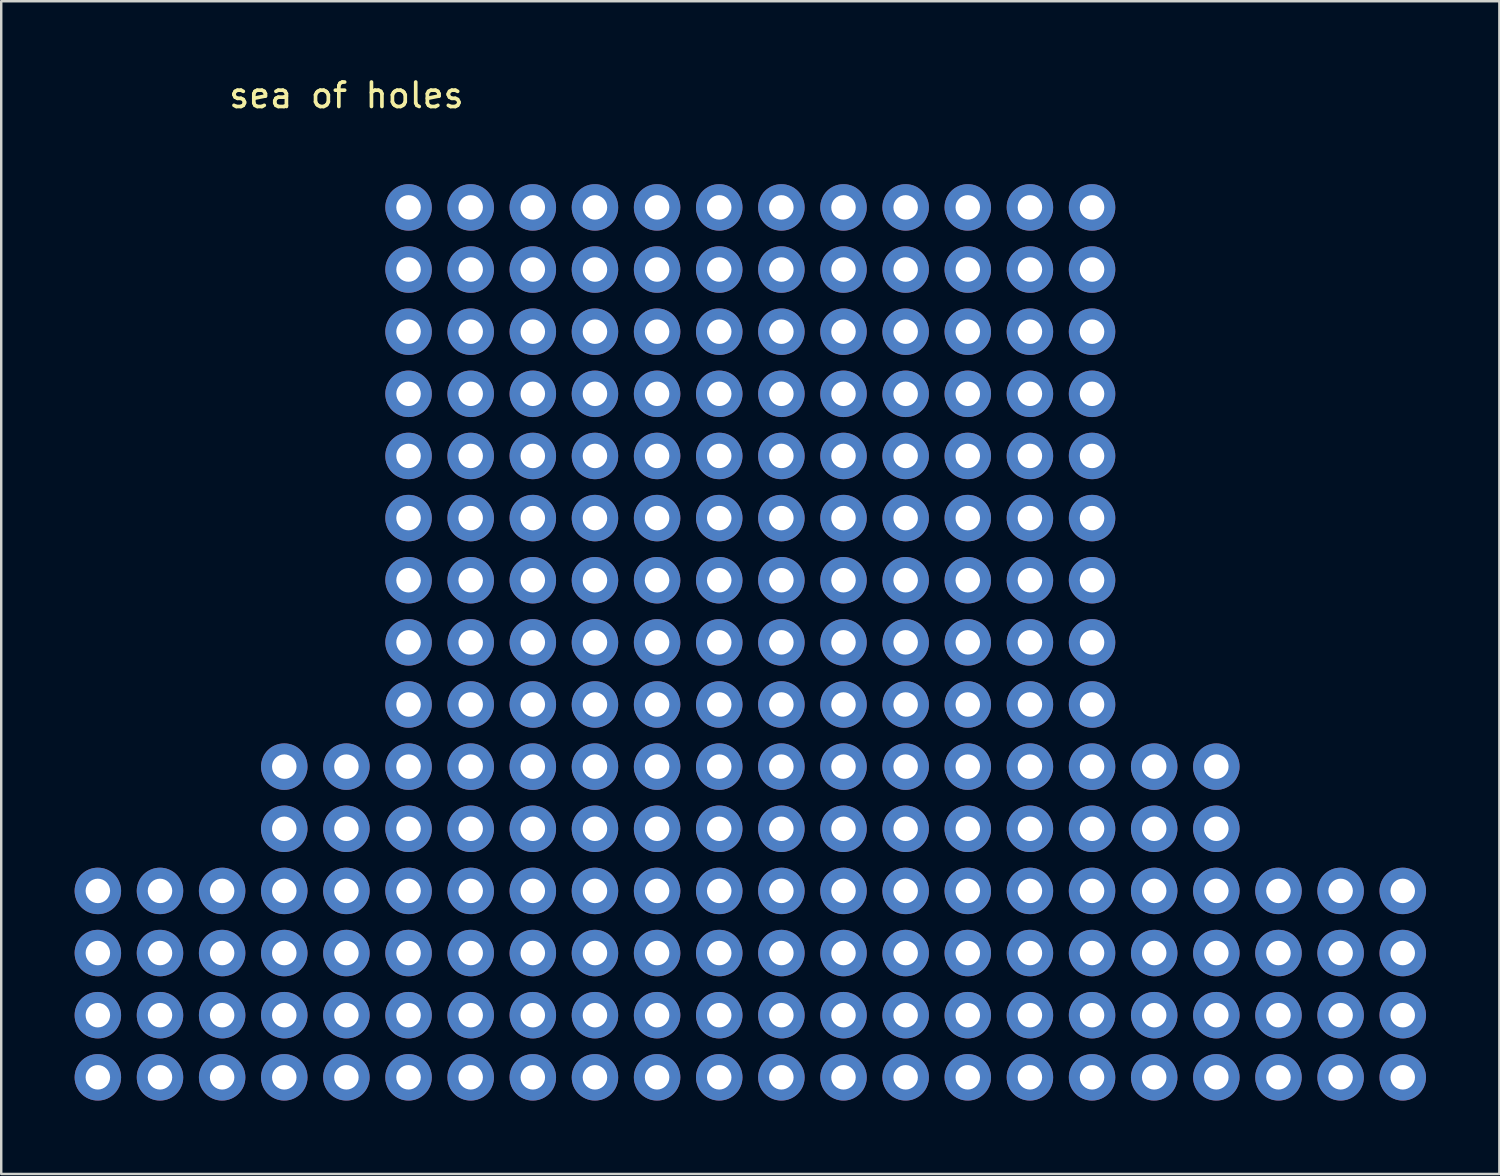
<source format=kicad_pcb>
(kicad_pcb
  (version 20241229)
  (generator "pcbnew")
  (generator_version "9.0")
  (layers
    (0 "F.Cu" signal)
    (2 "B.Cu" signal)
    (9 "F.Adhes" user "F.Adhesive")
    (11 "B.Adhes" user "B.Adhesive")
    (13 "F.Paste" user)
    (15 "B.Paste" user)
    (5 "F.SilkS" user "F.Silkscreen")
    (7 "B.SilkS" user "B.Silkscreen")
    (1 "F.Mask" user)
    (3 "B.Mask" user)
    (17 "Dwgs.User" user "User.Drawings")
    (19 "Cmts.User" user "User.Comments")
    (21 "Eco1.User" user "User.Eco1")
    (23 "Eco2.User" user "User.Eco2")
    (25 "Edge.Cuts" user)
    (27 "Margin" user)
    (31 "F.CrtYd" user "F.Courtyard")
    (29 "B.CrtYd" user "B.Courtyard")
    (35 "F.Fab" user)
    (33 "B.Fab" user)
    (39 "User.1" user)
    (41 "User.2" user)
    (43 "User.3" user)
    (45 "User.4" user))
  (footprint "sea of holes"
    (layer "F.Cu")
    (at 11.11 0.348)
    (property "Reference" "sea of holes" (at 0 0.5 0) (layer "F.SilkS") (effects (font (size 1 1) (thickness 0.15))))
    (attr through_hole)
    (pad "2" thru_hole circle (at 2.54 5.08) (size 1.9 1.9) (drill 1) (layers "*.Cu" "*.Mask"))
    (pad "3" thru_hole circle (at 5.08 5.08) (size 1.9 1.9) (drill 1) (layers "*.Cu" "*.Mask"))
    (pad "4" thru_hole circle (at 7.62 5.08) (size 1.9 1.9) (drill 1) (layers "*.Cu" "*.Mask"))
    (pad "5" thru_hole circle (at 10.16 5.08) (size 1.9 1.9) (drill 1) (layers "*.Cu" "*.Mask"))
    (pad "6" thru_hole circle (at 12.7 5.08) (size 1.9 1.9) (drill 1) (layers "*.Cu" "*.Mask"))
    (pad "7" thru_hole circle (at 15.24 5.08) (size 1.9 1.9) (drill 1) (layers "*.Cu" "*.Mask"))
    (pad "8" thru_hole circle (at 17.78 5.08) (size 1.9 1.9) (drill 1) (layers "*.Cu" "*.Mask"))
    (pad "9" thru_hole circle (at 20.32 5.08) (size 1.9 1.9) (drill 1) (layers "*.Cu" "*.Mask"))
    (pad "10" thru_hole circle (at 22.86 5.08) (size 1.9 1.9) (drill 1) (layers "*.Cu" "*.Mask"))
    (pad "11" thru_hole circle (at 25.4 5.08) (size 1.9 1.9) (drill 1) (layers "*.Cu" "*.Mask"))
    (pad "12" thru_hole circle (at 27.94 5.08) (size 1.9 1.9) (drill 1) (layers "*.Cu" "*.Mask"))
    (pad "13" thru_hole circle (at 30.48 5.08) (size 1.9 1.9) (drill 1) (layers "*.Cu" "*.Mask"))
    (pad "16" thru_hole circle (at 2.54 7.62) (size 1.9 1.9) (drill 1) (layers "*.Cu" "*.Mask"))
    (pad "17" thru_hole circle (at 5.08 7.62) (size 1.9 1.9) (drill 1) (layers "*.Cu" "*.Mask"))
    (pad "18" thru_hole circle (at 7.62 7.62) (size 1.9 1.9) (drill 1) (layers "*.Cu" "*.Mask"))
    (pad "19" thru_hole circle (at 10.16 7.62) (size 1.9 1.9) (drill 1) (layers "*.Cu" "*.Mask"))
    (pad "20" thru_hole circle (at 12.7 7.62) (size 1.9 1.9) (drill 1) (layers "*.Cu" "*.Mask"))
    (pad "21" thru_hole circle (at 15.24 7.62) (size 1.9 1.9) (drill 1) (layers "*.Cu" "*.Mask"))
    (pad "22" thru_hole circle (at 17.78 7.62) (size 1.9 1.9) (drill 1) (layers "*.Cu" "*.Mask"))
    (pad "23" thru_hole circle (at 20.32 7.62) (size 1.9 1.9) (drill 1) (layers "*.Cu" "*.Mask"))
    (pad "24" thru_hole circle (at 22.86 7.62) (size 1.9 1.9) (drill 1) (layers "*.Cu" "*.Mask"))
    (pad "25" thru_hole circle (at 25.4 7.62) (size 1.9 1.9) (drill 1) (layers "*.Cu" "*.Mask"))
    (pad "26" thru_hole circle (at 27.94 7.62) (size 1.9 1.9) (drill 1) (layers "*.Cu" "*.Mask"))
    (pad "27" thru_hole circle (at 30.48 7.62) (size 1.9 1.9) (drill 1) (layers "*.Cu" "*.Mask"))
    (pad "30" thru_hole circle (at 2.54 10.16) (size 1.9 1.9) (drill 1) (layers "*.Cu" "*.Mask"))
    (pad "31" thru_hole circle (at 5.08 10.16) (size 1.9 1.9) (drill 1) (layers "*.Cu" "*.Mask"))
    (pad "32" thru_hole circle (at 7.62 10.16) (size 1.9 1.9) (drill 1) (layers "*.Cu" "*.Mask"))
    (pad "33" thru_hole circle (at 10.16 10.16) (size 1.9 1.9) (drill 1) (layers "*.Cu" "*.Mask"))
    (pad "34" thru_hole circle (at 12.7 10.16) (size 1.9 1.9) (drill 1) (layers "*.Cu" "*.Mask"))
    (pad "35" thru_hole circle (at 15.24 10.16) (size 1.9 1.9) (drill 1) (layers "*.Cu" "*.Mask"))
    (pad "36" thru_hole circle (at 17.78 10.16) (size 1.9 1.9) (drill 1) (layers "*.Cu" "*.Mask"))
    (pad "37" thru_hole circle (at 20.32 10.16) (size 1.9 1.9) (drill 1) (layers "*.Cu" "*.Mask"))
    (pad "38" thru_hole circle (at 22.86 10.16) (size 1.9 1.9) (drill 1) (layers "*.Cu" "*.Mask"))
    (pad "39" thru_hole circle (at 25.4 10.16) (size 1.9 1.9) (drill 1) (layers "*.Cu" "*.Mask"))
    (pad "40" thru_hole circle (at 27.94 10.16) (size 1.9 1.9) (drill 1) (layers "*.Cu" "*.Mask"))
    (pad "41" thru_hole circle (at 30.48 10.16) (size 1.9 1.9) (drill 1) (layers "*.Cu" "*.Mask"))
    (pad "44" thru_hole circle (at 2.54 12.7) (size 1.9 1.9) (drill 1) (layers "*.Cu" "*.Mask"))
    (pad "45" thru_hole circle (at 5.08 12.7) (size 1.9 1.9) (drill 1) (layers "*.Cu" "*.Mask"))
    (pad "46" thru_hole circle (at 7.62 12.7) (size 1.9 1.9) (drill 1) (layers "*.Cu" "*.Mask"))
    (pad "47" thru_hole circle (at 10.16 12.7) (size 1.9 1.9) (drill 1) (layers "*.Cu" "*.Mask"))
    (pad "48" thru_hole circle (at 12.7 12.7) (size 1.9 1.9) (drill 1) (layers "*.Cu" "*.Mask"))
    (pad "49" thru_hole circle (at 15.24 12.7) (size 1.9 1.9) (drill 1) (layers "*.Cu" "*.Mask"))
    (pad "50" thru_hole circle (at 17.78 12.7) (size 1.9 1.9) (drill 1) (layers "*.Cu" "*.Mask"))
    (pad "51" thru_hole circle (at 20.32 12.7) (size 1.9 1.9) (drill 1) (layers "*.Cu" "*.Mask"))
    (pad "52" thru_hole circle (at 22.86 12.7) (size 1.9 1.9) (drill 1) (layers "*.Cu" "*.Mask"))
    (pad "53" thru_hole circle (at 25.4 12.7) (size 1.9 1.9) (drill 1) (layers "*.Cu" "*.Mask"))
    (pad "54" thru_hole circle (at 27.94 12.7) (size 1.9 1.9) (drill 1) (layers "*.Cu" "*.Mask"))
    (pad "55" thru_hole circle (at 30.48 12.7) (size 1.9 1.9) (drill 1) (layers "*.Cu" "*.Mask"))
    (pad "58" thru_hole circle (at 2.54 15.24) (size 1.9 1.9) (drill 1) (layers "*.Cu" "*.Mask"))
    (pad "59" thru_hole circle (at 5.08 15.24) (size 1.9 1.9) (drill 1) (layers "*.Cu" "*.Mask"))
    (pad "60" thru_hole circle (at 7.62 15.24) (size 1.9 1.9) (drill 1) (layers "*.Cu" "*.Mask"))
    (pad "61" thru_hole circle (at 10.16 15.24) (size 1.9 1.9) (drill 1) (layers "*.Cu" "*.Mask"))
    (pad "62" thru_hole circle (at 12.7 15.24) (size 1.9 1.9) (drill 1) (layers "*.Cu" "*.Mask"))
    (pad "63" thru_hole circle (at 15.24 15.24) (size 1.9 1.9) (drill 1) (layers "*.Cu" "*.Mask"))
    (pad "64" thru_hole circle (at 17.78 15.24) (size 1.9 1.9) (drill 1) (layers "*.Cu" "*.Mask"))
    (pad "65" thru_hole circle (at 20.32 15.24) (size 1.9 1.9) (drill 1) (layers "*.Cu" "*.Mask"))
    (pad "66" thru_hole circle (at 22.86 15.24) (size 1.9 1.9) (drill 1) (layers "*.Cu" "*.Mask"))
    (pad "67" thru_hole circle (at 25.4 15.24) (size 1.9 1.9) (drill 1) (layers "*.Cu" "*.Mask"))
    (pad "68" thru_hole circle (at 27.94 15.24) (size 1.9 1.9) (drill 1) (layers "*.Cu" "*.Mask"))
    (pad "69" thru_hole circle (at 30.48 15.24) (size 1.9 1.9) (drill 1) (layers "*.Cu" "*.Mask"))
    (pad "72" thru_hole circle (at 2.54 17.78) (size 1.9 1.9) (drill 1) (layers "*.Cu" "*.Mask"))
    (pad "73" thru_hole circle (at 5.08 17.78) (size 1.9 1.9) (drill 1) (layers "*.Cu" "*.Mask"))
    (pad "74" thru_hole circle (at 7.62 17.78) (size 1.9 1.9) (drill 1) (layers "*.Cu" "*.Mask"))
    (pad "75" thru_hole circle (at 10.16 17.78) (size 1.9 1.9) (drill 1) (layers "*.Cu" "*.Mask"))
    (pad "76" thru_hole circle (at 12.7 17.78) (size 1.9 1.9) (drill 1) (layers "*.Cu" "*.Mask"))
    (pad "77" thru_hole circle (at 15.24 17.78) (size 1.9 1.9) (drill 1) (layers "*.Cu" "*.Mask"))
    (pad "78" thru_hole circle (at 17.78 17.78) (size 1.9 1.9) (drill 1) (layers "*.Cu" "*.Mask"))
    (pad "79" thru_hole circle (at 20.32 17.78) (size 1.9 1.9) (drill 1) (layers "*.Cu" "*.Mask"))
    (pad "80" thru_hole circle (at 22.86 17.78) (size 1.9 1.9) (drill 1) (layers "*.Cu" "*.Mask"))
    (pad "81" thru_hole circle (at 25.4 17.78) (size 1.9 1.9) (drill 1) (layers "*.Cu" "*.Mask"))
    (pad "82" thru_hole circle (at 27.94 17.78) (size 1.9 1.9) (drill 1) (layers "*.Cu" "*.Mask"))
    (pad "83" thru_hole circle (at 30.48 17.78) (size 1.9 1.9) (drill 1) (layers "*.Cu" "*.Mask"))
    (pad "86" thru_hole circle (at 2.54 20.32) (size 1.9 1.9) (drill 1) (layers "*.Cu" "*.Mask"))
    (pad "87" thru_hole circle (at 5.08 20.32) (size 1.9 1.9) (drill 1) (layers "*.Cu" "*.Mask"))
    (pad "88" thru_hole circle (at 7.62 20.32) (size 1.9 1.9) (drill 1) (layers "*.Cu" "*.Mask"))
    (pad "89" thru_hole circle (at 10.16 20.32) (size 1.9 1.9) (drill 1) (layers "*.Cu" "*.Mask"))
    (pad "90" thru_hole circle (at 12.7 20.32) (size 1.9 1.9) (drill 1) (layers "*.Cu" "*.Mask"))
    (pad "91" thru_hole circle (at 15.24 20.32) (size 1.9 1.9) (drill 1) (layers "*.Cu" "*.Mask"))
    (pad "92" thru_hole circle (at 17.78 20.32) (size 1.9 1.9) (drill 1) (layers "*.Cu" "*.Mask"))
    (pad "93" thru_hole circle (at 20.32 20.32) (size 1.9 1.9) (drill 1) (layers "*.Cu" "*.Mask"))
    (pad "94" thru_hole circle (at 22.86 20.32) (size 1.9 1.9) (drill 1) (layers "*.Cu" "*.Mask"))
    (pad "95" thru_hole circle (at 25.4 20.32) (size 1.9 1.9) (drill 1) (layers "*.Cu" "*.Mask"))
    (pad "96" thru_hole circle (at 27.94 20.32) (size 1.9 1.9) (drill 1) (layers "*.Cu" "*.Mask"))
    (pad "97" thru_hole circle (at 30.48 20.32) (size 1.9 1.9) (drill 1) (layers "*.Cu" "*.Mask"))
    (pad "100" thru_hole circle (at 2.54 22.86) (size 1.9 1.9) (drill 1) (layers "*.Cu" "*.Mask"))
    (pad "101" thru_hole circle (at 5.08 22.86) (size 1.9 1.9) (drill 1) (layers "*.Cu" "*.Mask"))
    (pad "102" thru_hole circle (at 7.62 22.86) (size 1.9 1.9) (drill 1) (layers "*.Cu" "*.Mask"))
    (pad "103" thru_hole circle (at 10.16 22.86) (size 1.9 1.9) (drill 1) (layers "*.Cu" "*.Mask"))
    (pad "104" thru_hole circle (at 12.7 22.86) (size 1.9 1.9) (drill 1) (layers "*.Cu" "*.Mask"))
    (pad "105" thru_hole circle (at 15.24 22.86) (size 1.9 1.9) (drill 1) (layers "*.Cu" "*.Mask"))
    (pad "106" thru_hole circle (at 17.78 22.86) (size 1.9 1.9) (drill 1) (layers "*.Cu" "*.Mask"))
    (pad "107" thru_hole circle (at 20.32 22.86) (size 1.9 1.9) (drill 1) (layers "*.Cu" "*.Mask"))
    (pad "108" thru_hole circle (at 22.86 22.86) (size 1.9 1.9) (drill 1) (layers "*.Cu" "*.Mask"))
    (pad "109" thru_hole circle (at 25.4 22.86) (size 1.9 1.9) (drill 1) (layers "*.Cu" "*.Mask"))
    (pad "110" thru_hole circle (at 27.94 22.86) (size 1.9 1.9) (drill 1) (layers "*.Cu" "*.Mask"))
    (pad "111" thru_hole circle (at 30.48 22.86) (size 1.9 1.9) (drill 1) (layers "*.Cu" "*.Mask"))
    (pad "114" thru_hole circle (at 2.54 25.4) (size 1.9 1.9) (drill 1) (layers "*.Cu" "*.Mask"))
    (pad "115" thru_hole circle (at 5.08 25.4) (size 1.9 1.9) (drill 1) (layers "*.Cu" "*.Mask"))
    (pad "116" thru_hole circle (at 7.62 25.4) (size 1.9 1.9) (drill 1) (layers "*.Cu" "*.Mask"))
    (pad "117" thru_hole circle (at 10.16 25.4) (size 1.9 1.9) (drill 1) (layers "*.Cu" "*.Mask"))
    (pad "118" thru_hole circle (at 12.7 25.4) (size 1.9 1.9) (drill 1) (layers "*.Cu" "*.Mask"))
    (pad "119" thru_hole circle (at 15.24 25.4) (size 1.9 1.9) (drill 1) (layers "*.Cu" "*.Mask"))
    (pad "120" thru_hole circle (at 17.78 25.4) (size 1.9 1.9) (drill 1) (layers "*.Cu" "*.Mask"))
    (pad "121" thru_hole circle (at 20.32 25.4) (size 1.9 1.9) (drill 1) (layers "*.Cu" "*.Mask"))
    (pad "122" thru_hole circle (at 22.86 25.4) (size 1.9 1.9) (drill 1) (layers "*.Cu" "*.Mask"))
    (pad "123" thru_hole circle (at 25.4 25.4) (size 1.9 1.9) (drill 1) (layers "*.Cu" "*.Mask"))
    (pad "124" thru_hole circle (at 27.94 25.4) (size 1.9 1.9) (drill 1) (layers "*.Cu" "*.Mask"))
    (pad "125" thru_hole circle (at 30.48 25.4) (size 1.9 1.9) (drill 1) (layers "*.Cu" "*.Mask"))
    (pad "127" thru_hole circle (at 0 27.94) (size 1.9 1.9) (drill 1) (layers "*.Cu" "*.Mask"))
    (pad "128" thru_hole circle (at 2.54 27.94) (size 1.9 1.9) (drill 1) (layers "*.Cu" "*.Mask"))
    (pad "129" thru_hole circle (at 5.08 27.94) (size 1.9 1.9) (drill 1) (layers "*.Cu" "*.Mask"))
    (pad "130" thru_hole circle (at 7.62 27.94) (size 1.9 1.9) (drill 1) (layers "*.Cu" "*.Mask"))
    (pad "131" thru_hole circle (at 10.16 27.94) (size 1.9 1.9) (drill 1) (layers "*.Cu" "*.Mask"))
    (pad "132" thru_hole circle (at 12.7 27.94) (size 1.9 1.9) (drill 1) (layers "*.Cu" "*.Mask"))
    (pad "133" thru_hole circle (at 15.24 27.94) (size 1.9 1.9) (drill 1) (layers "*.Cu" "*.Mask"))
    (pad "134" thru_hole circle (at 17.78 27.94) (size 1.9 1.9) (drill 1) (layers "*.Cu" "*.Mask"))
    (pad "135" thru_hole circle (at 20.32 27.94) (size 1.9 1.9) (drill 1) (layers "*.Cu" "*.Mask"))
    (pad "136" thru_hole circle (at 22.86 27.94) (size 1.9 1.9) (drill 1) (layers "*.Cu" "*.Mask"))
    (pad "137" thru_hole circle (at 25.4 27.94) (size 1.9 1.9) (drill 1) (layers "*.Cu" "*.Mask"))
    (pad "138" thru_hole circle (at 27.94 27.94) (size 1.9 1.9) (drill 1) (layers "*.Cu" "*.Mask"))
    (pad "139" thru_hole circle (at 30.48 27.94) (size 1.9 1.9) (drill 1) (layers "*.Cu" "*.Mask"))
    (pad "140" thru_hole circle (at 35.56 30.48) (size 1.9 1.9) (drill 1) (layers "*.Cu" "*.Mask"))
    (pad "141" thru_hole circle (at 0 30.48) (size 1.9 1.9) (drill 1) (layers "*.Cu" "*.Mask"))
    (pad "142" thru_hole circle (at 2.54 30.48) (size 1.9 1.9) (drill 1) (layers "*.Cu" "*.Mask"))
    (pad "143" thru_hole circle (at 5.08 30.48) (size 1.9 1.9) (drill 1) (layers "*.Cu" "*.Mask"))
    (pad "144" thru_hole circle (at 7.62 30.48) (size 1.9 1.9) (drill 1) (layers "*.Cu" "*.Mask"))
    (pad "145" thru_hole circle (at 10.16 30.48) (size 1.9 1.9) (drill 1) (layers "*.Cu" "*.Mask"))
    (pad "146" thru_hole circle (at 12.7 30.48) (size 1.9 1.9) (drill 1) (layers "*.Cu" "*.Mask"))
    (pad "147" thru_hole circle (at 15.24 30.48) (size 1.9 1.9) (drill 1) (layers "*.Cu" "*.Mask"))
    (pad "148" thru_hole circle (at 17.78 30.48) (size 1.9 1.9) (drill 1) (layers "*.Cu" "*.Mask"))
    (pad "149" thru_hole circle (at 20.32 30.48) (size 1.9 1.9) (drill 1) (layers "*.Cu" "*.Mask"))
    (pad "150" thru_hole circle (at 22.86 30.48) (size 1.9 1.9) (drill 1) (layers "*.Cu" "*.Mask"))
    (pad "151" thru_hole circle (at 25.4 30.48) (size 1.9 1.9) (drill 1) (layers "*.Cu" "*.Mask"))
    (pad "152" thru_hole circle (at 27.94 30.48) (size 1.9 1.9) (drill 1) (layers "*.Cu" "*.Mask"))
    (pad "153" thru_hole circle (at 30.48 30.48) (size 1.9 1.9) (drill 1) (layers "*.Cu" "*.Mask"))
    (pad "154" thru_hole circle (at 33.02 30.48) (size 1.9 1.9) (drill 1) (layers "*.Cu" "*.Mask"))
    (pad "155" thru_hole circle (at 0 33.02) (size 1.9 1.9) (drill 1) (layers "*.Cu" "*.Mask"))
    (pad "156" thru_hole circle (at 2.54 33.02) (size 1.9 1.9) (drill 1) (layers "*.Cu" "*.Mask"))
    (pad "157" thru_hole circle (at 5.08 33.02) (size 1.9 1.9) (drill 1) (layers "*.Cu" "*.Mask"))
    (pad "158" thru_hole circle (at 7.62 33.02) (size 1.9 1.9) (drill 1) (layers "*.Cu" "*.Mask"))
    (pad "159" thru_hole circle (at 10.16 33.02) (size 1.9 1.9) (drill 1) (layers "*.Cu" "*.Mask"))
    (pad "160" thru_hole circle (at 12.7 33.02) (size 1.9 1.9) (drill 1) (layers "*.Cu" "*.Mask"))
    (pad "161" thru_hole circle (at 15.24 33.02) (size 1.9 1.9) (drill 1) (layers "*.Cu" "*.Mask"))
    (pad "162" thru_hole circle (at 17.78 33.02) (size 1.9 1.9) (drill 1) (layers "*.Cu" "*.Mask"))
    (pad "163" thru_hole circle (at 20.32 33.02) (size 1.9 1.9) (drill 1) (layers "*.Cu" "*.Mask"))
    (pad "164" thru_hole circle (at 22.86 33.02) (size 1.9 1.9) (drill 1) (layers "*.Cu" "*.Mask"))
    (pad "165" thru_hole circle (at 25.4 33.02) (size 1.9 1.9) (drill 1) (layers "*.Cu" "*.Mask"))
    (pad "166" thru_hole circle (at 27.94 33.02) (size 1.9 1.9) (drill 1) (layers "*.Cu" "*.Mask"))
    (pad "167" thru_hole circle (at 30.48 33.02) (size 1.9 1.9) (drill 1) (layers "*.Cu" "*.Mask"))
    (pad "168" thru_hole circle (at 33.02 33.02) (size 1.9 1.9) (drill 1) (layers "*.Cu" "*.Mask"))
    (pad "169" thru_hole circle (at 0 35.56) (size 1.9 1.9) (drill 1) (layers "*.Cu" "*.Mask"))
    (pad "170" thru_hole circle (at 2.54 35.56) (size 1.9 1.9) (drill 1) (layers "*.Cu" "*.Mask"))
    (pad "171" thru_hole circle (at 5.08 35.56) (size 1.9 1.9) (drill 1) (layers "*.Cu" "*.Mask"))
    (pad "172" thru_hole circle (at 7.62 35.56) (size 1.9 1.9) (drill 1) (layers "*.Cu" "*.Mask"))
    (pad "173" thru_hole circle (at 10.16 35.56) (size 1.9 1.9) (drill 1) (layers "*.Cu" "*.Mask"))
    (pad "174" thru_hole circle (at 12.7 35.56) (size 1.9 1.9) (drill 1) (layers "*.Cu" "*.Mask"))
    (pad "175" thru_hole circle (at 15.24 35.56) (size 1.9 1.9) (drill 1) (layers "*.Cu" "*.Mask"))
    (pad "176" thru_hole circle (at 17.78 35.56) (size 1.9 1.9) (drill 1) (layers "*.Cu" "*.Mask"))
    (pad "177" thru_hole circle (at 20.32 35.56) (size 1.9 1.9) (drill 1) (layers "*.Cu" "*.Mask"))
    (pad "178" thru_hole circle (at 22.86 35.56) (size 1.9 1.9) (drill 1) (layers "*.Cu" "*.Mask"))
    (pad "179" thru_hole circle (at 25.4 35.56) (size 1.9 1.9) (drill 1) (layers "*.Cu" "*.Mask"))
    (pad "180" thru_hole circle (at 27.94 35.56) (size 1.9 1.9) (drill 1) (layers "*.Cu" "*.Mask"))
    (pad "181" thru_hole circle (at 30.48 35.56) (size 1.9 1.9) (drill 1) (layers "*.Cu" "*.Mask"))
    (pad "182" thru_hole circle (at 33.02 35.56) (size 1.9 1.9) (drill 1) (layers "*.Cu" "*.Mask"))
    (pad "183" thru_hole circle (at 0 38.1) (size 1.9 1.9) (drill 1) (layers "*.Cu" "*.Mask"))
    (pad "184" thru_hole circle (at 2.54 38.1) (size 1.9 1.9) (drill 1) (layers "*.Cu" "*.Mask"))
    (pad "185" thru_hole circle (at 5.08 38.1) (size 1.9 1.9) (drill 1) (layers "*.Cu" "*.Mask"))
    (pad "186" thru_hole circle (at 7.62 38.1) (size 1.9 1.9) (drill 1) (layers "*.Cu" "*.Mask"))
    (pad "187" thru_hole circle (at 10.16 38.1) (size 1.9 1.9) (drill 1) (layers "*.Cu" "*.Mask"))
    (pad "188" thru_hole circle (at 12.7 38.1) (size 1.9 1.9) (drill 1) (layers "*.Cu" "*.Mask"))
    (pad "189" thru_hole circle (at 15.24 38.1) (size 1.9 1.9) (drill 1) (layers "*.Cu" "*.Mask"))
    (pad "190" thru_hole circle (at 17.78 38.1) (size 1.9 1.9) (drill 1) (layers "*.Cu" "*.Mask"))
    (pad "191" thru_hole circle (at 20.32 38.1) (size 1.9 1.9) (drill 1) (layers "*.Cu" "*.Mask"))
    (pad "192" thru_hole circle (at 22.86 38.1) (size 1.9 1.9) (drill 1) (layers "*.Cu" "*.Mask"))
    (pad "193" thru_hole circle (at 25.4 38.1) (size 1.9 1.9) (drill 1) (layers "*.Cu" "*.Mask"))
    (pad "194" thru_hole circle (at 27.94 38.1) (size 1.9 1.9) (drill 1) (layers "*.Cu" "*.Mask"))
    (pad "195" thru_hole circle (at 30.48 38.1) (size 1.9 1.9) (drill 1) (layers "*.Cu" "*.Mask"))
    (pad "196" thru_hole circle (at 33.02 38.1) (size 1.9 1.9) (drill 1) (layers "*.Cu" "*.Mask"))
    (pad "197" thru_hole circle (at 0 40.64) (size 1.9 1.9) (drill 1) (layers "*.Cu" "*.Mask"))
    (pad "198" thru_hole circle (at 2.54 40.64) (size 1.9 1.9) (drill 1) (layers "*.Cu" "*.Mask"))
    (pad "199" thru_hole circle (at 5.08 40.64) (size 1.9 1.9) (drill 1) (layers "*.Cu" "*.Mask"))
    (pad "200" thru_hole circle (at 7.62 40.64) (size 1.9 1.9) (drill 1) (layers "*.Cu" "*.Mask"))
    (pad "201" thru_hole circle (at 10.16 40.64) (size 1.9 1.9) (drill 1) (layers "*.Cu" "*.Mask"))
    (pad "202" thru_hole circle (at 12.7 40.64) (size 1.9 1.9) (drill 1) (layers "*.Cu" "*.Mask"))
    (pad "203" thru_hole circle (at 15.24 40.64) (size 1.9 1.9) (drill 1) (layers "*.Cu" "*.Mask"))
    (pad "204" thru_hole circle (at 17.78 40.64) (size 1.9 1.9) (drill 1) (layers "*.Cu" "*.Mask"))
    (pad "205" thru_hole circle (at 20.32 40.64) (size 1.9 1.9) (drill 1) (layers "*.Cu" "*.Mask"))
    (pad "206" thru_hole circle (at 22.86 40.64) (size 1.9 1.9) (drill 1) (layers "*.Cu" "*.Mask"))
    (pad "207" thru_hole circle (at 25.4 40.64) (size 1.9 1.9) (drill 1) (layers "*.Cu" "*.Mask"))
    (pad "208" thru_hole circle (at 27.94 40.64) (size 1.9 1.9) (drill 1) (layers "*.Cu" "*.Mask"))
    (pad "209" thru_hole circle (at 30.48 40.64) (size 1.9 1.9) (drill 1) (layers "*.Cu" "*.Mask"))
    (pad "210" thru_hole circle (at 33.02 40.64) (size 1.9 1.9) (drill 1) (layers "*.Cu" "*.Mask"))
    (pad "211" thru_hole circle (at 35.56 33.02) (size 1.9 1.9) (drill 1) (layers "*.Cu" "*.Mask"))
    (pad "212" thru_hole circle (at 35.56 35.56) (size 1.9 1.9) (drill 1) (layers "*.Cu" "*.Mask"))
    (pad "213" thru_hole circle (at 35.56 38.1) (size 1.9 1.9) (drill 1) (layers "*.Cu" "*.Mask"))
    (pad "214" thru_hole circle (at 35.56 40.64) (size 1.9 1.9) (drill 1) (layers "*.Cu" "*.Mask"))
    (pad "215" thru_hole circle (at 38.1 40.64) (size 1.9 1.9) (drill 1) (layers "*.Cu" "*.Mask"))
    (pad "216" thru_hole circle (at 38.1 38.1) (size 1.9 1.9) (drill 1) (layers "*.Cu" "*.Mask"))
    (pad "217" thru_hole circle (at 38.1 35.56) (size 1.9 1.9) (drill 1) (layers "*.Cu" "*.Mask"))
    (pad "218" thru_hole circle (at 38.1 33.02) (size 1.9 1.9) (drill 1) (layers "*.Cu" "*.Mask"))
    (pad "221" thru_hole circle (at 40.64 33.02) (size 1.9 1.9) (drill 1) (layers "*.Cu" "*.Mask"))
    (pad "222" thru_hole circle (at 40.64 35.56) (size 1.9 1.9) (drill 1) (layers "*.Cu" "*.Mask"))
    (pad "223" thru_hole circle (at 40.64 38.1) (size 1.9 1.9) (drill 1) (layers "*.Cu" "*.Mask"))
    (pad "224" thru_hole circle (at 40.64 40.64) (size 1.9 1.9) (drill 1) (layers "*.Cu" "*.Mask"))
    (pad "225" thru_hole circle (at -2.54 27.94) (size 1.9 1.9) (drill 1) (layers "*.Cu" "*.Mask"))
    (pad "228" thru_hole circle (at 33.02 27.94) (size 1.9 1.9) (drill 1) (layers "*.Cu" "*.Mask"))
    (pad "229" thru_hole circle (at 35.56 27.94) (size 1.9 1.9) (drill 1) (layers "*.Cu" "*.Mask"))
    (pad "234" thru_hole circle (at -7.62 33.02) (size 1.9 1.9) (drill 1) (layers "*.Cu" "*.Mask"))
    (pad "235" thru_hole circle (at -7.62 35.56) (size 1.9 1.9) (drill 1) (layers "*.Cu" "*.Mask"))
    (pad "236" thru_hole circle (at -7.62 38.1) (size 1.9 1.9) (drill 1) (layers "*.Cu" "*.Mask"))
    (pad "237" thru_hole circle (at -7.62 40.64) (size 1.9 1.9) (drill 1) (layers "*.Cu" "*.Mask"))
    (pad "238" thru_hole circle (at -5.08 40.64) (size 1.9 1.9) (drill 1) (layers "*.Cu" "*.Mask"))
    (pad "239" thru_hole circle (at -2.54 40.64) (size 1.9 1.9) (drill 1) (layers "*.Cu" "*.Mask"))
    (pad "240" thru_hole circle (at -2.54 38.1) (size 1.9 1.9) (drill 1) (layers "*.Cu" "*.Mask"))
    (pad "241" thru_hole circle (at -2.54 35.56) (size 1.9 1.9) (drill 1) (layers "*.Cu" "*.Mask"))
    (pad "242" thru_hole circle (at -2.54 33.02) (size 1.9 1.9) (drill 1) (layers "*.Cu" "*.Mask"))
    (pad "243" thru_hole circle (at -2.54 30.48) (size 1.9 1.9) (drill 1) (layers "*.Cu" "*.Mask"))
    (pad "245" thru_hole circle (at -5.08 33.02) (size 1.9 1.9) (drill 1) (layers "*.Cu" "*.Mask"))
    (pad "246" thru_hole circle (at -5.08 35.56) (size 1.9 1.9) (drill 1) (layers "*.Cu" "*.Mask"))
    (pad "247" thru_hole circle (at -5.08 38.1) (size 1.9 1.9) (drill 1) (layers "*.Cu" "*.Mask"))
    (pad "249" thru_hole circle (at 43.18 33.02) (size 1.9 1.9) (drill 1) (layers "*.Cu" "*.Mask"))
    (pad "250" thru_hole circle (at 43.18 35.56) (size 1.9 1.9) (drill 1) (layers "*.Cu" "*.Mask"))
    (pad "251" thru_hole circle (at 43.18 38.1) (size 1.9 1.9) (drill 1) (layers "*.Cu" "*.Mask"))
    (pad "252" thru_hole circle (at 43.18 40.64) (size 1.9 1.9) (drill 1) (layers "*.Cu" "*.Mask"))
    (pad "255" thru_hole circle (at -10.16 33.02) (size 1.9 1.9) (drill 1) (layers "*.Cu" "*.Mask"))
    (pad "256" thru_hole circle (at -10.16 35.56) (size 1.9 1.9) (drill 1) (layers "*.Cu" "*.Mask"))
    (pad "257" thru_hole circle (at -10.16 38.1) (size 1.9 1.9) (drill 1) (layers "*.Cu" "*.Mask"))
    (pad "258" thru_hole circle (at -10.16 40.64) (size 1.9 1.9) (drill 1) (layers "*.Cu" "*.Mask")))
  (gr_rect
    (start -3 -3)
    (end 58.24 44.938)
    (stroke (width 0.1) (type default))
    (fill no)
    (layer "Edge.Cuts")))
</source>
